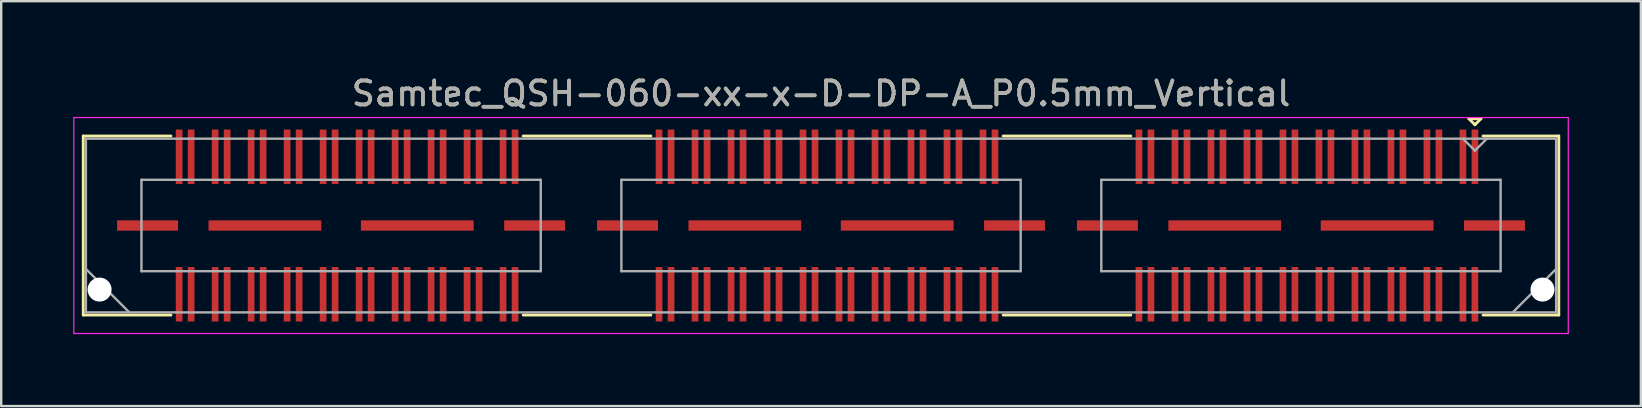
<source format=kicad_pcb>
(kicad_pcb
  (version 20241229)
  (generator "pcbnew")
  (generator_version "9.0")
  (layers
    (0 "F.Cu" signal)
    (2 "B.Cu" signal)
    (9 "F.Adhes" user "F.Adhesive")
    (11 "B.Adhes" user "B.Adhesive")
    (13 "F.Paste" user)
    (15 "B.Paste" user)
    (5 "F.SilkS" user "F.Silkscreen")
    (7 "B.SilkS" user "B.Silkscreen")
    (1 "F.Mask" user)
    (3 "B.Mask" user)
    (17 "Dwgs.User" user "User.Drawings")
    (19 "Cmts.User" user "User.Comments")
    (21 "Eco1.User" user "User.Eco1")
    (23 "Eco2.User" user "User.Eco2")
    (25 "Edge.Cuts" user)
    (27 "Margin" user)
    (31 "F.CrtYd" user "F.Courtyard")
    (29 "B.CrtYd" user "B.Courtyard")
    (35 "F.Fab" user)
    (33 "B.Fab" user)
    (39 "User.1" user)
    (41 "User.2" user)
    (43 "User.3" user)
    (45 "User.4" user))
  (footprint "Samtec_QSH-060-xx-x-D-DP-A_P0.5mm_Vertical"
    (layer "F.Cu")
    (at 31.165 6.348)
    (property "Reference" "Samtec_QSH-060-xx-x-D-DP-A_P0.5mm_Vertical" (at 0 -5.5 0) (layer "F.SilkS") (effects (font (size 1 1) (thickness 0.15))))
    (attr smd)
    (fp_line (start -30.745 -3.73) (end -27.09 -3.73) (stroke (width 0.12) (type solid)) (layer "F.SilkS"))
    (fp_line (start -30.745 3.73) (end -30.745 -3.73) (stroke (width 0.12) (type solid)) (layer "F.SilkS"))
    (fp_line (start -27.09 3.73) (end -30.745 3.73) (stroke (width 0.12) (type solid)) (layer "F.SilkS"))
    (fp_line (start -7.09 -3.73) (end -12.411 -3.73) (stroke (width 0.12) (type solid)) (layer "F.SilkS"))
    (fp_line (start -7.09 3.73) (end -12.411 3.73) (stroke (width 0.12) (type solid)) (layer "F.SilkS"))
    (fp_line (start 12.911 -3.73) (end 7.59 -3.73) (stroke (width 0.12) (type solid)) (layer "F.SilkS"))
    (fp_line (start 12.911 3.73) (end 7.59 3.73) (stroke (width 0.12) (type solid)) (layer "F.SilkS"))
    (fp_line (start 27 -4.45) (end 27.5 -4.45) (stroke (width 0.12) (type solid)) (layer "F.SilkS"))
    (fp_line (start 27.25 -4.2) (end 27 -4.45) (stroke (width 0.12) (type solid)) (layer "F.SilkS"))
    (fp_line (start 27.5 -4.45) (end 27.25 -4.2) (stroke (width 0.12) (type solid)) (layer "F.SilkS"))
    (fp_line (start 27.59 3.73) (end 30.745 3.73) (stroke (width 0.12) (type solid)) (layer "F.SilkS"))
    (fp_line (start 30.745 -3.73) (end 27.59 -3.73) (stroke (width 0.12) (type solid)) (layer "F.SilkS"))
    (fp_line (start 30.745 3.73) (end 30.745 -3.73) (stroke (width 0.12) (type solid)) (layer "F.SilkS"))
    (fp_line (start -31.14 -4.5) (end -31.14 4.5) (stroke (width 0.05) (type solid)) (layer "F.CrtYd"))
    (fp_line (start -31.14 4.5) (end 31.14 4.5) (stroke (width 0.05) (type solid)) (layer "F.CrtYd"))
    (fp_line (start 31.14 -4.5) (end -31.14 -4.5) (stroke (width 0.05) (type solid)) (layer "F.CrtYd"))
    (fp_line (start 31.14 4.5) (end 31.14 -4.5) (stroke (width 0.05) (type solid)) (layer "F.CrtYd"))
    (fp_line (start -30.635 -3.62) (end -30.635 3.62) (stroke (width 0.1) (type solid)) (layer "F.Fab"))
    (fp_line (start -30.635 1.81) (end -28.825 3.62) (stroke (width 0.1) (type solid)) (layer "F.Fab"))
    (fp_line (start -30.635 3.62) (end 30.635 3.62) (stroke (width 0.1) (type solid)) (layer "F.Fab"))
    (fp_line (start -28.32 -1.905) (end -28.32 1.905) (stroke (width 0.1) (type solid)) (layer "F.Fab"))
    (fp_line (start -28.32 1.905) (end -11.68 1.905) (stroke (width 0.1) (type solid)) (layer "F.Fab"))
    (fp_line (start -11.68 -1.905) (end -28.32 -1.905) (stroke (width 0.1) (type solid)) (layer "F.Fab"))
    (fp_line (start -11.68 1.905) (end -11.68 -1.905) (stroke (width 0.1) (type solid)) (layer "F.Fab"))
    (fp_line (start -8.32 -1.905) (end -8.32 1.905) (stroke (width 0.1) (type solid)) (layer "F.Fab"))
    (fp_line (start -8.32 1.905) (end 8.32 1.905) (stroke (width 0.1) (type solid)) (layer "F.Fab"))
    (fp_line (start 8.32 -1.905) (end -8.32 -1.905) (stroke (width 0.1) (type solid)) (layer "F.Fab"))
    (fp_line (start 8.32 1.905) (end 8.32 -1.905) (stroke (width 0.1) (type solid)) (layer "F.Fab"))
    (fp_line (start 11.68 -1.905) (end 11.68 1.905) (stroke (width 0.1) (type solid)) (layer "F.Fab"))
    (fp_line (start 11.68 1.905) (end 28.32 1.905) (stroke (width 0.1) (type solid)) (layer "F.Fab"))
    (fp_line (start 27.25 -3.12) (end 26.75 -3.62) (stroke (width 0.1) (type solid)) (layer "F.Fab"))
    (fp_line (start 27.75 -3.62) (end 27.25 -3.12) (stroke (width 0.1) (type solid)) (layer "F.Fab"))
    (fp_line (start 28.32 -1.905) (end 11.68 -1.905) (stroke (width 0.1) (type solid)) (layer "F.Fab"))
    (fp_line (start 28.32 1.905) (end 28.32 -1.905) (stroke (width 0.1) (type solid)) (layer "F.Fab"))
    (fp_line (start 30.635 -3.62) (end -30.635 -3.62) (stroke (width 0.1) (type solid)) (layer "F.Fab"))
    (fp_line (start 30.635 1.81) (end 28.825 3.62) (stroke (width 0.1) (type solid)) (layer "F.Fab"))
    (fp_line (start 30.635 3.62) (end 30.635 -3.62) (stroke (width 0.1) (type solid)) (layer "F.Fab"))
    (fp_text user "${REFERENCE}" (at 0 -5.5 0) (layer "F.Fab") (effects (font (size 1 1) (thickness 0.15))))
    (pad "" np_thru_hole circle (at -30.065 2.67) (size 1 1) (drill 1) (layers "*.Cu" "*.Mask"))
    (pad "" np_thru_hole circle (at 30.065 2.67) (size 1 1) (drill 1) (layers "*.Cu" "*.Mask"))
    (pad "1" smd rect (at 27.25 -2.865) (size 0.279 2.27) (layers "F.Cu" "F.Mask" "F.Paste"))
    (pad "2" smd rect (at 27.25 2.865) (size 0.279 2.27) (layers "F.Cu" "F.Mask" "F.Paste"))
    (pad "3" smd rect (at 26.75 -2.865) (size 0.279 2.27) (layers "F.Cu" "F.Mask" "F.Paste"))
    (pad "4" smd rect (at 26.75 2.865) (size 0.279 2.27) (layers "F.Cu" "F.Mask" "F.Paste"))
    (pad "5" smd rect (at 25.75 -2.865) (size 0.279 2.27) (layers "F.Cu" "F.Mask" "F.Paste"))
    (pad "6" smd rect (at 25.75 2.865) (size 0.279 2.27) (layers "F.Cu" "F.Mask" "F.Paste"))
    (pad "7" smd rect (at 25.25 -2.865) (size 0.279 2.27) (layers "F.Cu" "F.Mask" "F.Paste"))
    (pad "8" smd rect (at 25.25 2.865) (size 0.279 2.27) (layers "F.Cu" "F.Mask" "F.Paste"))
    (pad "9" smd rect (at 24.25 -2.865) (size 0.279 2.27) (layers "F.Cu" "F.Mask" "F.Paste"))
    (pad "10" smd rect (at 24.25 2.865) (size 0.279 2.27) (layers "F.Cu" "F.Mask" "F.Paste"))
    (pad "11" smd rect (at 23.75 -2.865) (size 0.279 2.27) (layers "F.Cu" "F.Mask" "F.Paste"))
    (pad "12" smd rect (at 23.75 2.865) (size 0.279 2.27) (layers "F.Cu" "F.Mask" "F.Paste"))
    (pad "13" smd rect (at 22.75 -2.865) (size 0.279 2.27) (layers "F.Cu" "F.Mask" "F.Paste"))
    (pad "14" smd rect (at 22.75 2.865) (size 0.279 2.27) (layers "F.Cu" "F.Mask" "F.Paste"))
    (pad "15" smd rect (at 22.25 -2.865) (size 0.279 2.27) (layers "F.Cu" "F.Mask" "F.Paste"))
    (pad "16" smd rect (at 22.25 2.865) (size 0.279 2.27) (layers "F.Cu" "F.Mask" "F.Paste"))
    (pad "17" smd rect (at 21.25 -2.865) (size 0.279 2.27) (layers "F.Cu" "F.Mask" "F.Paste"))
    (pad "18" smd rect (at 21.25 2.865) (size 0.279 2.27) (layers "F.Cu" "F.Mask" "F.Paste"))
    (pad "19" smd rect (at 20.75 -2.865) (size 0.279 2.27) (layers "F.Cu" "F.Mask" "F.Paste"))
    (pad "20" smd rect (at 20.75 2.865) (size 0.279 2.27) (layers "F.Cu" "F.Mask" "F.Paste"))
    (pad "21" smd rect (at 19.75 -2.865) (size 0.279 2.27) (layers "F.Cu" "F.Mask" "F.Paste"))
    (pad "22" smd rect (at 19.75 2.865) (size 0.279 2.27) (layers "F.Cu" "F.Mask" "F.Paste"))
    (pad "23" smd rect (at 19.25 -2.865) (size 0.279 2.27) (layers "F.Cu" "F.Mask" "F.Paste"))
    (pad "24" smd rect (at 19.25 2.865) (size 0.279 2.27) (layers "F.Cu" "F.Mask" "F.Paste"))
    (pad "25" smd rect (at 18.25 -2.865) (size 0.279 2.27) (layers "F.Cu" "F.Mask" "F.Paste"))
    (pad "26" smd rect (at 18.25 2.865) (size 0.279 2.27) (layers "F.Cu" "F.Mask" "F.Paste"))
    (pad "27" smd rect (at 17.75 -2.865) (size 0.279 2.27) (layers "F.Cu" "F.Mask" "F.Paste"))
    (pad "28" smd rect (at 17.75 2.865) (size 0.279 2.27) (layers "F.Cu" "F.Mask" "F.Paste"))
    (pad "29" smd rect (at 16.75 -2.865) (size 0.279 2.27) (layers "F.Cu" "F.Mask" "F.Paste"))
    (pad "30" smd rect (at 16.75 2.865) (size 0.279 2.27) (layers "F.Cu" "F.Mask" "F.Paste"))
    (pad "31" smd rect (at 16.25 -2.865) (size 0.279 2.27) (layers "F.Cu" "F.Mask" "F.Paste"))
    (pad "32" smd rect (at 16.25 2.865) (size 0.279 2.27) (layers "F.Cu" "F.Mask" "F.Paste"))
    (pad "33" smd rect (at 15.25 -2.865) (size 0.279 2.27) (layers "F.Cu" "F.Mask" "F.Paste"))
    (pad "34" smd rect (at 15.25 2.865) (size 0.279 2.27) (layers "F.Cu" "F.Mask" "F.Paste"))
    (pad "35" smd rect (at 14.75 -2.865) (size 0.279 2.27) (layers "F.Cu" "F.Mask" "F.Paste"))
    (pad "36" smd rect (at 14.75 2.865) (size 0.279 2.27) (layers "F.Cu" "F.Mask" "F.Paste"))
    (pad "37" smd rect (at 13.75 -2.865) (size 0.279 2.27) (layers "F.Cu" "F.Mask" "F.Paste"))
    (pad "38" smd rect (at 13.75 2.865) (size 0.279 2.27) (layers "F.Cu" "F.Mask" "F.Paste"))
    (pad "39" smd rect (at 13.25 -2.865) (size 0.279 2.27) (layers "F.Cu" "F.Mask" "F.Paste"))
    (pad "40" smd rect (at 13.25 2.865) (size 0.279 2.27) (layers "F.Cu" "F.Mask" "F.Paste"))
    (pad "41" smd rect (at 7.25 -2.865) (size 0.279 2.27) (layers "F.Cu" "F.Mask" "F.Paste"))
    (pad "42" smd rect (at 7.25 2.865) (size 0.279 2.27) (layers "F.Cu" "F.Mask" "F.Paste"))
    (pad "43" smd rect (at 6.75 -2.865) (size 0.279 2.27) (layers "F.Cu" "F.Mask" "F.Paste"))
    (pad "44" smd rect (at 6.75 2.865) (size 0.279 2.27) (layers "F.Cu" "F.Mask" "F.Paste"))
    (pad "45" smd rect (at 5.75 -2.865) (size 0.279 2.27) (layers "F.Cu" "F.Mask" "F.Paste"))
    (pad "46" smd rect (at 5.75 2.865) (size 0.279 2.27) (layers "F.Cu" "F.Mask" "F.Paste"))
    (pad "47" smd rect (at 5.25 -2.865) (size 0.279 2.27) (layers "F.Cu" "F.Mask" "F.Paste"))
    (pad "48" smd rect (at 5.25 2.865) (size 0.279 2.27) (layers "F.Cu" "F.Mask" "F.Paste"))
    (pad "49" smd rect (at 4.25 -2.865) (size 0.279 2.27) (layers "F.Cu" "F.Mask" "F.Paste"))
    (pad "50" smd rect (at 4.25 2.865) (size 0.279 2.27) (layers "F.Cu" "F.Mask" "F.Paste"))
    (pad "51" smd rect (at 3.75 -2.865) (size 0.279 2.27) (layers "F.Cu" "F.Mask" "F.Paste"))
    (pad "52" smd rect (at 3.75 2.865) (size 0.279 2.27) (layers "F.Cu" "F.Mask" "F.Paste"))
    (pad "53" smd rect (at 2.75 -2.865) (size 0.279 2.27) (layers "F.Cu" "F.Mask" "F.Paste"))
    (pad "54" smd rect (at 2.75 2.865) (size 0.279 2.27) (layers "F.Cu" "F.Mask" "F.Paste"))
    (pad "55" smd rect (at 2.25 -2.865) (size 0.279 2.27) (layers "F.Cu" "F.Mask" "F.Paste"))
    (pad "56" smd rect (at 2.25 2.865) (size 0.279 2.27) (layers "F.Cu" "F.Mask" "F.Paste"))
    (pad "57" smd rect (at 1.25 -2.865) (size 0.279 2.27) (layers "F.Cu" "F.Mask" "F.Paste"))
    (pad "58" smd rect (at 1.25 2.865) (size 0.279 2.27) (layers "F.Cu" "F.Mask" "F.Paste"))
    (pad "59" smd rect (at 0.75 -2.865) (size 0.279 2.27) (layers "F.Cu" "F.Mask" "F.Paste"))
    (pad "60" smd rect (at 0.75 2.865) (size 0.279 2.27) (layers "F.Cu" "F.Mask" "F.Paste"))
    (pad "61" smd rect (at -0.25 -2.865) (size 0.279 2.27) (layers "F.Cu" "F.Mask" "F.Paste"))
    (pad "62" smd rect (at -0.25 2.865) (size 0.279 2.27) (layers "F.Cu" "F.Mask" "F.Paste"))
    (pad "63" smd rect (at -0.75 -2.865) (size 0.279 2.27) (layers "F.Cu" "F.Mask" "F.Paste"))
    (pad "64" smd rect (at -0.75 2.865) (size 0.279 2.27) (layers "F.Cu" "F.Mask" "F.Paste"))
    (pad "65" smd rect (at -1.75 -2.865) (size 0.279 2.27) (layers "F.Cu" "F.Mask" "F.Paste"))
    (pad "66" smd rect (at -1.75 2.865) (size 0.279 2.27) (layers "F.Cu" "F.Mask" "F.Paste"))
    (pad "67" smd rect (at -2.25 -2.865) (size 0.279 2.27) (layers "F.Cu" "F.Mask" "F.Paste"))
    (pad "68" smd rect (at -2.25 2.865) (size 0.279 2.27) (layers "F.Cu" "F.Mask" "F.Paste"))
    (pad "69" smd rect (at -3.25 -2.865) (size 0.279 2.27) (layers "F.Cu" "F.Mask" "F.Paste"))
    (pad "70" smd rect (at -3.25 2.865) (size 0.279 2.27) (layers "F.Cu" "F.Mask" "F.Paste"))
    (pad "71" smd rect (at -3.75 -2.865) (size 0.279 2.27) (layers "F.Cu" "F.Mask" "F.Paste"))
    (pad "72" smd rect (at -3.75 2.865) (size 0.279 2.27) (layers "F.Cu" "F.Mask" "F.Paste"))
    (pad "73" smd rect (at -4.75 -2.865) (size 0.279 2.27) (layers "F.Cu" "F.Mask" "F.Paste"))
    (pad "74" smd rect (at -4.75 2.865) (size 0.279 2.27) (layers "F.Cu" "F.Mask" "F.Paste"))
    (pad "75" smd rect (at -5.25 -2.865) (size 0.279 2.27) (layers "F.Cu" "F.Mask" "F.Paste"))
    (pad "76" smd rect (at -5.25 2.865) (size 0.279 2.27) (layers "F.Cu" "F.Mask" "F.Paste"))
    (pad "77" smd rect (at -6.25 -2.865) (size 0.279 2.27) (layers "F.Cu" "F.Mask" "F.Paste"))
    (pad "78" smd rect (at -6.25 2.865) (size 0.279 2.27) (layers "F.Cu" "F.Mask" "F.Paste"))
    (pad "79" smd rect (at -6.75 -2.865) (size 0.279 2.27) (layers "F.Cu" "F.Mask" "F.Paste"))
    (pad "80" smd rect (at -6.75 2.865) (size 0.279 2.27) (layers "F.Cu" "F.Mask" "F.Paste"))
    (pad "81" smd rect (at -12.75 -2.865) (size 0.279 2.27) (layers "F.Cu" "F.Mask" "F.Paste"))
    (pad "82" smd rect (at -12.75 2.865) (size 0.279 2.27) (layers "F.Cu" "F.Mask" "F.Paste"))
    (pad "83" smd rect (at -13.25 -2.865) (size 0.279 2.27) (layers "F.Cu" "F.Mask" "F.Paste"))
    (pad "84" smd rect (at -13.25 2.865) (size 0.279 2.27) (layers "F.Cu" "F.Mask" "F.Paste"))
    (pad "85" smd rect (at -14.25 -2.865) (size 0.279 2.27) (layers "F.Cu" "F.Mask" "F.Paste"))
    (pad "86" smd rect (at -14.25 2.865) (size 0.279 2.27) (layers "F.Cu" "F.Mask" "F.Paste"))
    (pad "87" smd rect (at -14.75 -2.865) (size 0.279 2.27) (layers "F.Cu" "F.Mask" "F.Paste"))
    (pad "88" smd rect (at -14.75 2.865) (size 0.279 2.27) (layers "F.Cu" "F.Mask" "F.Paste"))
    (pad "89" smd rect (at -15.75 -2.865) (size 0.279 2.27) (layers "F.Cu" "F.Mask" "F.Paste"))
    (pad "90" smd rect (at -15.75 2.865) (size 0.279 2.27) (layers "F.Cu" "F.Mask" "F.Paste"))
    (pad "91" smd rect (at -16.25 -2.865) (size 0.279 2.27) (layers "F.Cu" "F.Mask" "F.Paste"))
    (pad "92" smd rect (at -16.25 2.865) (size 0.279 2.27) (layers "F.Cu" "F.Mask" "F.Paste"))
    (pad "93" smd rect (at -17.25 -2.865) (size 0.279 2.27) (layers "F.Cu" "F.Mask" "F.Paste"))
    (pad "94" smd rect (at -17.25 2.865) (size 0.279 2.27) (layers "F.Cu" "F.Mask" "F.Paste"))
    (pad "95" smd rect (at -17.75 -2.865) (size 0.279 2.27) (layers "F.Cu" "F.Mask" "F.Paste"))
    (pad "96" smd rect (at -17.75 2.865) (size 0.279 2.27) (layers "F.Cu" "F.Mask" "F.Paste"))
    (pad "97" smd rect (at -18.75 -2.865) (size 0.279 2.27) (layers "F.Cu" "F.Mask" "F.Paste"))
    (pad "98" smd rect (at -18.75 2.865) (size 0.279 2.27) (layers "F.Cu" "F.Mask" "F.Paste"))
    (pad "99" smd rect (at -19.25 -2.865) (size 0.279 2.27) (layers "F.Cu" "F.Mask" "F.Paste"))
    (pad "100" smd rect (at -19.25 2.865) (size 0.279 2.27) (layers "F.Cu" "F.Mask" "F.Paste"))
    (pad "101" smd rect (at -20.25 -2.865) (size 0.279 2.27) (layers "F.Cu" "F.Mask" "F.Paste"))
    (pad "102" smd rect (at -20.25 2.865) (size 0.279 2.27) (layers "F.Cu" "F.Mask" "F.Paste"))
    (pad "103" smd rect (at -20.75 -2.865) (size 0.279 2.27) (layers "F.Cu" "F.Mask" "F.Paste"))
    (pad "104" smd rect (at -20.75 2.865) (size 0.279 2.27) (layers "F.Cu" "F.Mask" "F.Paste"))
    (pad "105" smd rect (at -21.75 -2.865) (size 0.279 2.27) (layers "F.Cu" "F.Mask" "F.Paste"))
    (pad "106" smd rect (at -21.75 2.865) (size 0.279 2.27) (layers "F.Cu" "F.Mask" "F.Paste"))
    (pad "107" smd rect (at -22.25 -2.865) (size 0.279 2.27) (layers "F.Cu" "F.Mask" "F.Paste"))
    (pad "108" smd rect (at -22.25 2.865) (size 0.279 2.27) (layers "F.Cu" "F.Mask" "F.Paste"))
    (pad "109" smd rect (at -23.25 -2.865) (size 0.279 2.27) (layers "F.Cu" "F.Mask" "F.Paste"))
    (pad "110" smd rect (at -23.25 2.865) (size 0.279 2.27) (layers "F.Cu" "F.Mask" "F.Paste"))
    (pad "111" smd rect (at -23.75 -2.865) (size 0.279 2.27) (layers "F.Cu" "F.Mask" "F.Paste"))
    (pad "112" smd rect (at -23.75 2.865) (size 0.279 2.27) (layers "F.Cu" "F.Mask" "F.Paste"))
    (pad "113" smd rect (at -24.75 -2.865) (size 0.279 2.27) (layers "F.Cu" "F.Mask" "F.Paste"))
    (pad "114" smd rect (at -24.75 2.865) (size 0.279 2.27) (layers "F.Cu" "F.Mask" "F.Paste"))
    (pad "115" smd rect (at -25.25 -2.865) (size 0.279 2.27) (layers "F.Cu" "F.Mask" "F.Paste"))
    (pad "116" smd rect (at -25.25 2.865) (size 0.279 2.27) (layers "F.Cu" "F.Mask" "F.Paste"))
    (pad "117" smd rect (at -26.25 -2.865) (size 0.279 2.27) (layers "F.Cu" "F.Mask" "F.Paste"))
    (pad "118" smd rect (at -26.25 2.865) (size 0.279 2.27) (layers "F.Cu" "F.Mask" "F.Paste"))
    (pad "119" smd rect (at -26.75 -2.865) (size 0.279 2.27) (layers "F.Cu" "F.Mask" "F.Paste"))
    (pad "120" smd rect (at -26.75 2.865) (size 0.279 2.27) (layers "F.Cu" "F.Mask" "F.Paste"))
    (pad "P1" smd rect (at 11.935 0) (size 2.54 0.43) (layers "F.Cu" "F.Mask" "F.Paste"))
    (pad "P1" smd rect (at 16.825 0) (size 4.7 0.43) (layers "F.Cu" "F.Mask" "F.Paste"))
    (pad "P1" smd rect (at 23.175 0) (size 4.7 0.43) (layers "F.Cu" "F.Mask" "F.Paste"))
    (pad "P1" smd rect (at 28.065 0) (size 2.54 0.43) (layers "F.Cu" "F.Mask" "F.Paste"))
    (pad "P2" smd rect (at -8.065 0) (size 2.54 0.43) (layers "F.Cu" "F.Mask" "F.Paste"))
    (pad "P2" smd rect (at -3.175 0) (size 4.7 0.43) (layers "F.Cu" "F.Mask" "F.Paste"))
    (pad "P2" smd rect (at 3.175 0) (size 4.7 0.43) (layers "F.Cu" "F.Mask" "F.Paste"))
    (pad "P2" smd rect (at 8.065 0) (size 2.54 0.43) (layers "F.Cu" "F.Mask" "F.Paste"))
    (pad "P3" smd rect (at -28.065 0) (size 2.54 0.43) (layers "F.Cu" "F.Mask" "F.Paste"))
    (pad "P3" smd rect (at -23.175 0) (size 4.7 0.43) (layers "F.Cu" "F.Mask" "F.Paste"))
    (pad "P3" smd rect (at -16.825 0) (size 4.7 0.43) (layers "F.Cu" "F.Mask" "F.Paste"))
    (pad "P3" smd rect (at -11.935 0) (size 2.54 0.43) (layers "F.Cu" "F.Mask" "F.Paste")))
  (gr_rect
    (start -3 -3)
    (end 65.33 13.873)
    (stroke (width 0.1) (type default))
    (fill no)
    (layer "Edge.Cuts")))
</source>
